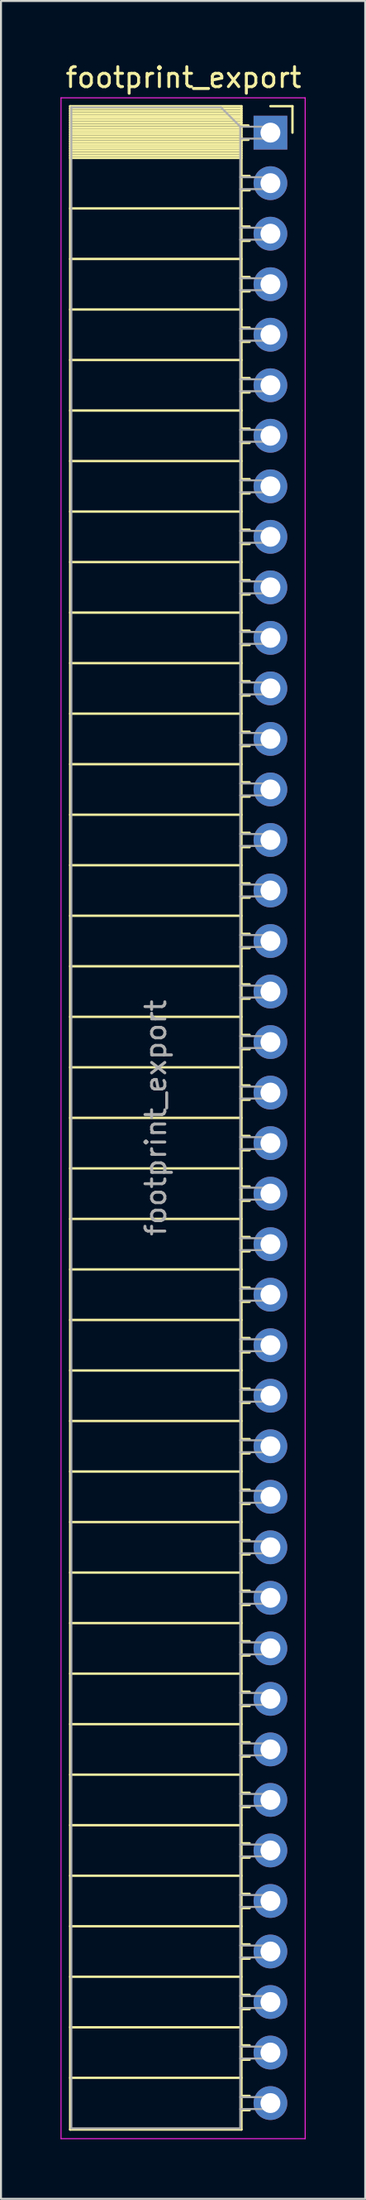
<source format=kicad_pcb>
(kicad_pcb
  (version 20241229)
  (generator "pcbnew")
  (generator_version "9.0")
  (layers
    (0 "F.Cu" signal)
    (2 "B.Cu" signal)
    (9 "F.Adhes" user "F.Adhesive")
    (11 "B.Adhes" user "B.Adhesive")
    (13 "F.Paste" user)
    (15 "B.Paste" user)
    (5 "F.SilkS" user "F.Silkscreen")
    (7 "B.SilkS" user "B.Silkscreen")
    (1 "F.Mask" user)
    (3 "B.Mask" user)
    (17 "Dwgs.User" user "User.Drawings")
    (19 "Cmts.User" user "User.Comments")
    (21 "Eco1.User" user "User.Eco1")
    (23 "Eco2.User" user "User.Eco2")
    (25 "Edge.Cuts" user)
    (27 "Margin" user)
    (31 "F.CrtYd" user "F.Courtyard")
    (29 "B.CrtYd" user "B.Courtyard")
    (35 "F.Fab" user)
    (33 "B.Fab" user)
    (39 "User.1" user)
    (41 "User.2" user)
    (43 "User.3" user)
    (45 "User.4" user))
  (footprint "footprint_export"
    (layer "F.Cu")
    (at 10.575 3.618)
    (property "Reference" "footprint_export" (at -4.38 -2.77 0) (layer "F.SilkS") (effects (font (size 1 1) (thickness 0.15))))
    (attr through_hole)
    (fp_line (start -10.09 -1.33) (end -10.09 100.39) (stroke (width 0.12) (type solid)) (layer "F.SilkS"))
    (fp_line (start -10.09 -1.33) (end -1.46 -1.33) (stroke (width 0.12) (type solid)) (layer "F.SilkS"))
    (fp_line (start -10.09 -1.21) (end -1.46 -1.21) (stroke (width 0.12) (type solid)) (layer "F.SilkS"))
    (fp_line (start -10.09 -1.092) (end -1.46 -1.092) (stroke (width 0.12) (type solid)) (layer "F.SilkS"))
    (fp_line (start -10.09 -0.974) (end -1.46 -0.974) (stroke (width 0.12) (type solid)) (layer "F.SilkS"))
    (fp_line (start -10.09 -0.856) (end -1.46 -0.856) (stroke (width 0.12) (type solid)) (layer "F.SilkS"))
    (fp_line (start -10.09 -0.738) (end -1.46 -0.738) (stroke (width 0.12) (type solid)) (layer "F.SilkS"))
    (fp_line (start -10.09 -0.62) (end -1.46 -0.62) (stroke (width 0.12) (type solid)) (layer "F.SilkS"))
    (fp_line (start -10.09 -0.501) (end -1.46 -0.501) (stroke (width 0.12) (type solid)) (layer "F.SilkS"))
    (fp_line (start -10.09 -0.383) (end -1.46 -0.383) (stroke (width 0.12) (type solid)) (layer "F.SilkS"))
    (fp_line (start -10.09 -0.265) (end -1.46 -0.265) (stroke (width 0.12) (type solid)) (layer "F.SilkS"))
    (fp_line (start -10.09 -0.147) (end -1.46 -0.147) (stroke (width 0.12) (type solid)) (layer "F.SilkS"))
    (fp_line (start -10.09 -0.029) (end -1.46 -0.029) (stroke (width 0.12) (type solid)) (layer "F.SilkS"))
    (fp_line (start -10.09 0.089) (end -1.46 0.089) (stroke (width 0.12) (type solid)) (layer "F.SilkS"))
    (fp_line (start -10.09 0.207) (end -1.46 0.207) (stroke (width 0.12) (type solid)) (layer "F.SilkS"))
    (fp_line (start -10.09 0.325) (end -1.46 0.325) (stroke (width 0.12) (type solid)) (layer "F.SilkS"))
    (fp_line (start -10.09 0.443) (end -1.46 0.443) (stroke (width 0.12) (type solid)) (layer "F.SilkS"))
    (fp_line (start -10.09 0.561) (end -1.46 0.561) (stroke (width 0.12) (type solid)) (layer "F.SilkS"))
    (fp_line (start -10.09 0.68) (end -1.46 0.68) (stroke (width 0.12) (type solid)) (layer "F.SilkS"))
    (fp_line (start -10.09 0.798) (end -1.46 0.798) (stroke (width 0.12) (type solid)) (layer "F.SilkS"))
    (fp_line (start -10.09 0.916) (end -1.46 0.916) (stroke (width 0.12) (type solid)) (layer "F.SilkS"))
    (fp_line (start -10.09 1.034) (end -1.46 1.034) (stroke (width 0.12) (type solid)) (layer "F.SilkS"))
    (fp_line (start -10.09 1.152) (end -1.46 1.152) (stroke (width 0.12) (type solid)) (layer "F.SilkS"))
    (fp_line (start -10.09 1.27) (end -1.46 1.27) (stroke (width 0.12) (type solid)) (layer "F.SilkS"))
    (fp_line (start -10.09 3.81) (end -1.46 3.81) (stroke (width 0.12) (type solid)) (layer "F.SilkS"))
    (fp_line (start -10.09 6.35) (end -1.46 6.35) (stroke (width 0.12) (type solid)) (layer "F.SilkS"))
    (fp_line (start -10.09 8.89) (end -1.46 8.89) (stroke (width 0.12) (type solid)) (layer "F.SilkS"))
    (fp_line (start -10.09 11.43) (end -1.46 11.43) (stroke (width 0.12) (type solid)) (layer "F.SilkS"))
    (fp_line (start -10.09 13.97) (end -1.46 13.97) (stroke (width 0.12) (type solid)) (layer "F.SilkS"))
    (fp_line (start -10.09 16.51) (end -1.46 16.51) (stroke (width 0.12) (type solid)) (layer "F.SilkS"))
    (fp_line (start -10.09 19.05) (end -1.46 19.05) (stroke (width 0.12) (type solid)) (layer "F.SilkS"))
    (fp_line (start -10.09 21.59) (end -1.46 21.59) (stroke (width 0.12) (type solid)) (layer "F.SilkS"))
    (fp_line (start -10.09 24.13) (end -1.46 24.13) (stroke (width 0.12) (type solid)) (layer "F.SilkS"))
    (fp_line (start -10.09 26.67) (end -1.46 26.67) (stroke (width 0.12) (type solid)) (layer "F.SilkS"))
    (fp_line (start -10.09 29.21) (end -1.46 29.21) (stroke (width 0.12) (type solid)) (layer "F.SilkS"))
    (fp_line (start -10.09 31.75) (end -1.46 31.75) (stroke (width 0.12) (type solid)) (layer "F.SilkS"))
    (fp_line (start -10.09 34.29) (end -1.46 34.29) (stroke (width 0.12) (type solid)) (layer "F.SilkS"))
    (fp_line (start -10.09 36.83) (end -1.46 36.83) (stroke (width 0.12) (type solid)) (layer "F.SilkS"))
    (fp_line (start -10.09 39.37) (end -1.46 39.37) (stroke (width 0.12) (type solid)) (layer "F.SilkS"))
    (fp_line (start -10.09 41.91) (end -1.46 41.91) (stroke (width 0.12) (type solid)) (layer "F.SilkS"))
    (fp_line (start -10.09 44.45) (end -1.46 44.45) (stroke (width 0.12) (type solid)) (layer "F.SilkS"))
    (fp_line (start -10.09 46.99) (end -1.46 46.99) (stroke (width 0.12) (type solid)) (layer "F.SilkS"))
    (fp_line (start -10.09 49.53) (end -1.46 49.53) (stroke (width 0.12) (type solid)) (layer "F.SilkS"))
    (fp_line (start -10.09 52.07) (end -1.46 52.07) (stroke (width 0.12) (type solid)) (layer "F.SilkS"))
    (fp_line (start -10.09 54.61) (end -1.46 54.61) (stroke (width 0.12) (type solid)) (layer "F.SilkS"))
    (fp_line (start -10.09 57.15) (end -1.46 57.15) (stroke (width 0.12) (type solid)) (layer "F.SilkS"))
    (fp_line (start -10.09 59.69) (end -1.46 59.69) (stroke (width 0.12) (type solid)) (layer "F.SilkS"))
    (fp_line (start -10.09 62.23) (end -1.46 62.23) (stroke (width 0.12) (type solid)) (layer "F.SilkS"))
    (fp_line (start -10.09 64.77) (end -1.46 64.77) (stroke (width 0.12) (type solid)) (layer "F.SilkS"))
    (fp_line (start -10.09 67.31) (end -1.46 67.31) (stroke (width 0.12) (type solid)) (layer "F.SilkS"))
    (fp_line (start -10.09 69.85) (end -1.46 69.85) (stroke (width 0.12) (type solid)) (layer "F.SilkS"))
    (fp_line (start -10.09 72.39) (end -1.46 72.39) (stroke (width 0.12) (type solid)) (layer "F.SilkS"))
    (fp_line (start -10.09 74.93) (end -1.46 74.93) (stroke (width 0.12) (type solid)) (layer "F.SilkS"))
    (fp_line (start -10.09 77.47) (end -1.46 77.47) (stroke (width 0.12) (type solid)) (layer "F.SilkS"))
    (fp_line (start -10.09 80.01) (end -1.46 80.01) (stroke (width 0.12) (type solid)) (layer "F.SilkS"))
    (fp_line (start -10.09 82.55) (end -1.46 82.55) (stroke (width 0.12) (type solid)) (layer "F.SilkS"))
    (fp_line (start -10.09 85.09) (end -1.46 85.09) (stroke (width 0.12) (type solid)) (layer "F.SilkS"))
    (fp_line (start -10.09 87.63) (end -1.46 87.63) (stroke (width 0.12) (type solid)) (layer "F.SilkS"))
    (fp_line (start -10.09 90.17) (end -1.46 90.17) (stroke (width 0.12) (type solid)) (layer "F.SilkS"))
    (fp_line (start -10.09 92.71) (end -1.46 92.71) (stroke (width 0.12) (type solid)) (layer "F.SilkS"))
    (fp_line (start -10.09 95.25) (end -1.46 95.25) (stroke (width 0.12) (type solid)) (layer "F.SilkS"))
    (fp_line (start -10.09 97.79) (end -1.46 97.79) (stroke (width 0.12) (type solid)) (layer "F.SilkS"))
    (fp_line (start -10.09 100.39) (end -1.46 100.39) (stroke (width 0.12) (type solid)) (layer "F.SilkS"))
    (fp_line (start -1.46 -1.33) (end -1.46 100.39) (stroke (width 0.12) (type solid)) (layer "F.SilkS"))
    (fp_line (start -1.46 -0.36) (end -1.11 -0.36) (stroke (width 0.12) (type solid)) (layer "F.SilkS"))
    (fp_line (start -1.46 0.36) (end -1.11 0.36) (stroke (width 0.12) (type solid)) (layer "F.SilkS"))
    (fp_line (start -1.46 2.18) (end -1.05 2.18) (stroke (width 0.12) (type solid)) (layer "F.SilkS"))
    (fp_line (start -1.46 2.9) (end -1.05 2.9) (stroke (width 0.12) (type solid)) (layer "F.SilkS"))
    (fp_line (start -1.46 4.72) (end -1.05 4.72) (stroke (width 0.12) (type solid)) (layer "F.SilkS"))
    (fp_line (start -1.46 5.44) (end -1.05 5.44) (stroke (width 0.12) (type solid)) (layer "F.SilkS"))
    (fp_line (start -1.46 7.26) (end -1.05 7.26) (stroke (width 0.12) (type solid)) (layer "F.SilkS"))
    (fp_line (start -1.46 7.98) (end -1.05 7.98) (stroke (width 0.12) (type solid)) (layer "F.SilkS"))
    (fp_line (start -1.46 9.8) (end -1.05 9.8) (stroke (width 0.12) (type solid)) (layer "F.SilkS"))
    (fp_line (start -1.46 10.52) (end -1.05 10.52) (stroke (width 0.12) (type solid)) (layer "F.SilkS"))
    (fp_line (start -1.46 12.34) (end -1.05 12.34) (stroke (width 0.12) (type solid)) (layer "F.SilkS"))
    (fp_line (start -1.46 13.06) (end -1.05 13.06) (stroke (width 0.12) (type solid)) (layer "F.SilkS"))
    (fp_line (start -1.46 14.88) (end -1.05 14.88) (stroke (width 0.12) (type solid)) (layer "F.SilkS"))
    (fp_line (start -1.46 15.6) (end -1.05 15.6) (stroke (width 0.12) (type solid)) (layer "F.SilkS"))
    (fp_line (start -1.46 17.42) (end -1.05 17.42) (stroke (width 0.12) (type solid)) (layer "F.SilkS"))
    (fp_line (start -1.46 18.14) (end -1.05 18.14) (stroke (width 0.12) (type solid)) (layer "F.SilkS"))
    (fp_line (start -1.46 19.96) (end -1.05 19.96) (stroke (width 0.12) (type solid)) (layer "F.SilkS"))
    (fp_line (start -1.46 20.68) (end -1.05 20.68) (stroke (width 0.12) (type solid)) (layer "F.SilkS"))
    (fp_line (start -1.46 22.5) (end -1.05 22.5) (stroke (width 0.12) (type solid)) (layer "F.SilkS"))
    (fp_line (start -1.46 23.22) (end -1.05 23.22) (stroke (width 0.12) (type solid)) (layer "F.SilkS"))
    (fp_line (start -1.46 25.04) (end -1.05 25.04) (stroke (width 0.12) (type solid)) (layer "F.SilkS"))
    (fp_line (start -1.46 25.76) (end -1.05 25.76) (stroke (width 0.12) (type solid)) (layer "F.SilkS"))
    (fp_line (start -1.46 27.58) (end -1.05 27.58) (stroke (width 0.12) (type solid)) (layer "F.SilkS"))
    (fp_line (start -1.46 28.3) (end -1.05 28.3) (stroke (width 0.12) (type solid)) (layer "F.SilkS"))
    (fp_line (start -1.46 30.12) (end -1.05 30.12) (stroke (width 0.12) (type solid)) (layer "F.SilkS"))
    (fp_line (start -1.46 30.84) (end -1.05 30.84) (stroke (width 0.12) (type solid)) (layer "F.SilkS"))
    (fp_line (start -1.46 32.66) (end -1.05 32.66) (stroke (width 0.12) (type solid)) (layer "F.SilkS"))
    (fp_line (start -1.46 33.38) (end -1.05 33.38) (stroke (width 0.12) (type solid)) (layer "F.SilkS"))
    (fp_line (start -1.46 35.2) (end -1.05 35.2) (stroke (width 0.12) (type solid)) (layer "F.SilkS"))
    (fp_line (start -1.46 35.92) (end -1.05 35.92) (stroke (width 0.12) (type solid)) (layer "F.SilkS"))
    (fp_line (start -1.46 37.74) (end -1.05 37.74) (stroke (width 0.12) (type solid)) (layer "F.SilkS"))
    (fp_line (start -1.46 38.46) (end -1.05 38.46) (stroke (width 0.12) (type solid)) (layer "F.SilkS"))
    (fp_line (start -1.46 40.28) (end -1.05 40.28) (stroke (width 0.12) (type solid)) (layer "F.SilkS"))
    (fp_line (start -1.46 41) (end -1.05 41) (stroke (width 0.12) (type solid)) (layer "F.SilkS"))
    (fp_line (start -1.46 42.82) (end -1.05 42.82) (stroke (width 0.12) (type solid)) (layer "F.SilkS"))
    (fp_line (start -1.46 43.54) (end -1.05 43.54) (stroke (width 0.12) (type solid)) (layer "F.SilkS"))
    (fp_line (start -1.46 45.36) (end -1.05 45.36) (stroke (width 0.12) (type solid)) (layer "F.SilkS"))
    (fp_line (start -1.46 46.08) (end -1.05 46.08) (stroke (width 0.12) (type solid)) (layer "F.SilkS"))
    (fp_line (start -1.46 47.9) (end -1.05 47.9) (stroke (width 0.12) (type solid)) (layer "F.SilkS"))
    (fp_line (start -1.46 48.62) (end -1.05 48.62) (stroke (width 0.12) (type solid)) (layer "F.SilkS"))
    (fp_line (start -1.46 50.44) (end -1.05 50.44) (stroke (width 0.12) (type solid)) (layer "F.SilkS"))
    (fp_line (start -1.46 51.16) (end -1.05 51.16) (stroke (width 0.12) (type solid)) (layer "F.SilkS"))
    (fp_line (start -1.46 52.98) (end -1.05 52.98) (stroke (width 0.12) (type solid)) (layer "F.SilkS"))
    (fp_line (start -1.46 53.7) (end -1.05 53.7) (stroke (width 0.12) (type solid)) (layer "F.SilkS"))
    (fp_line (start -1.46 55.52) (end -1.05 55.52) (stroke (width 0.12) (type solid)) (layer "F.SilkS"))
    (fp_line (start -1.46 56.24) (end -1.05 56.24) (stroke (width 0.12) (type solid)) (layer "F.SilkS"))
    (fp_line (start -1.46 58.06) (end -1.05 58.06) (stroke (width 0.12) (type solid)) (layer "F.SilkS"))
    (fp_line (start -1.46 58.78) (end -1.05 58.78) (stroke (width 0.12) (type solid)) (layer "F.SilkS"))
    (fp_line (start -1.46 60.6) (end -1.05 60.6) (stroke (width 0.12) (type solid)) (layer "F.SilkS"))
    (fp_line (start -1.46 61.32) (end -1.05 61.32) (stroke (width 0.12) (type solid)) (layer "F.SilkS"))
    (fp_line (start -1.46 63.14) (end -1.05 63.14) (stroke (width 0.12) (type solid)) (layer "F.SilkS"))
    (fp_line (start -1.46 63.86) (end -1.05 63.86) (stroke (width 0.12) (type solid)) (layer "F.SilkS"))
    (fp_line (start -1.46 65.68) (end -1.05 65.68) (stroke (width 0.12) (type solid)) (layer "F.SilkS"))
    (fp_line (start -1.46 66.4) (end -1.05 66.4) (stroke (width 0.12) (type solid)) (layer "F.SilkS"))
    (fp_line (start -1.46 68.22) (end -1.05 68.22) (stroke (width 0.12) (type solid)) (layer "F.SilkS"))
    (fp_line (start -1.46 68.94) (end -1.05 68.94) (stroke (width 0.12) (type solid)) (layer "F.SilkS"))
    (fp_line (start -1.46 70.76) (end -1.05 70.76) (stroke (width 0.12) (type solid)) (layer "F.SilkS"))
    (fp_line (start -1.46 71.48) (end -1.05 71.48) (stroke (width 0.12) (type solid)) (layer "F.SilkS"))
    (fp_line (start -1.46 73.3) (end -1.05 73.3) (stroke (width 0.12) (type solid)) (layer "F.SilkS"))
    (fp_line (start -1.46 74.02) (end -1.05 74.02) (stroke (width 0.12) (type solid)) (layer "F.SilkS"))
    (fp_line (start -1.46 75.84) (end -1.05 75.84) (stroke (width 0.12) (type solid)) (layer "F.SilkS"))
    (fp_line (start -1.46 76.56) (end -1.05 76.56) (stroke (width 0.12) (type solid)) (layer "F.SilkS"))
    (fp_line (start -1.46 78.38) (end -1.05 78.38) (stroke (width 0.12) (type solid)) (layer "F.SilkS"))
    (fp_line (start -1.46 79.1) (end -1.05 79.1) (stroke (width 0.12) (type solid)) (layer "F.SilkS"))
    (fp_line (start -1.46 80.92) (end -1.05 80.92) (stroke (width 0.12) (type solid)) (layer "F.SilkS"))
    (fp_line (start -1.46 81.64) (end -1.05 81.64) (stroke (width 0.12) (type solid)) (layer "F.SilkS"))
    (fp_line (start -1.46 83.46) (end -1.05 83.46) (stroke (width 0.12) (type solid)) (layer "F.SilkS"))
    (fp_line (start -1.46 84.18) (end -1.05 84.18) (stroke (width 0.12) (type solid)) (layer "F.SilkS"))
    (fp_line (start -1.46 86) (end -1.05 86) (stroke (width 0.12) (type solid)) (layer "F.SilkS"))
    (fp_line (start -1.46 86.72) (end -1.05 86.72) (stroke (width 0.12) (type solid)) (layer "F.SilkS"))
    (fp_line (start -1.46 88.54) (end -1.05 88.54) (stroke (width 0.12) (type solid)) (layer "F.SilkS"))
    (fp_line (start -1.46 89.26) (end -1.05 89.26) (stroke (width 0.12) (type solid)) (layer "F.SilkS"))
    (fp_line (start -1.46 91.08) (end -1.05 91.08) (stroke (width 0.12) (type solid)) (layer "F.SilkS"))
    (fp_line (start -1.46 91.8) (end -1.05 91.8) (stroke (width 0.12) (type solid)) (layer "F.SilkS"))
    (fp_line (start -1.46 93.62) (end -1.05 93.62) (stroke (width 0.12) (type solid)) (layer "F.SilkS"))
    (fp_line (start -1.46 94.34) (end -1.05 94.34) (stroke (width 0.12) (type solid)) (layer "F.SilkS"))
    (fp_line (start -1.46 96.16) (end -1.05 96.16) (stroke (width 0.12) (type solid)) (layer "F.SilkS"))
    (fp_line (start -1.46 96.88) (end -1.05 96.88) (stroke (width 0.12) (type solid)) (layer "F.SilkS"))
    (fp_line (start -1.46 98.7) (end -1.05 98.7) (stroke (width 0.12) (type solid)) (layer "F.SilkS"))
    (fp_line (start -1.46 99.42) (end -1.05 99.42) (stroke (width 0.12) (type solid)) (layer "F.SilkS"))
    (fp_line (start 0 -1.33) (end 1.11 -1.33) (stroke (width 0.12) (type solid)) (layer "F.SilkS"))
    (fp_line (start 1.11 -1.33) (end 1.11 0) (stroke (width 0.12) (type solid)) (layer "F.SilkS"))
    (fp_line (start -10.55 -1.75) (end -10.55 100.85) (stroke (width 0.05) (type solid)) (layer "F.CrtYd"))
    (fp_line (start -10.55 100.85) (end 1.75 100.85) (stroke (width 0.05) (type solid)) (layer "F.CrtYd"))
    (fp_line (start 1.75 -1.75) (end -10.55 -1.75) (stroke (width 0.05) (type solid)) (layer "F.CrtYd"))
    (fp_line (start 1.75 100.85) (end 1.75 -1.75) (stroke (width 0.05) (type solid)) (layer "F.CrtYd"))
    (fp_line (start -10.03 -1.27) (end -2.49 -1.27) (stroke (width 0.1) (type solid)) (layer "F.Fab"))
    (fp_line (start -10.03 100.33) (end -10.03 -1.27) (stroke (width 0.1) (type solid)) (layer "F.Fab"))
    (fp_line (start -2.49 -1.27) (end -1.52 -0.3) (stroke (width 0.1) (type solid)) (layer "F.Fab"))
    (fp_line (start -1.52 -0.3) (end -1.52 100.33) (stroke (width 0.1) (type solid)) (layer "F.Fab"))
    (fp_line (start -1.52 0.3) (end 0 0.3) (stroke (width 0.1) (type solid)) (layer "F.Fab"))
    (fp_line (start -1.52 2.84) (end 0 2.84) (stroke (width 0.1) (type solid)) (layer "F.Fab"))
    (fp_line (start -1.52 5.38) (end 0 5.38) (stroke (width 0.1) (type solid)) (layer "F.Fab"))
    (fp_line (start -1.52 7.92) (end 0 7.92) (stroke (width 0.1) (type solid)) (layer "F.Fab"))
    (fp_line (start -1.52 10.46) (end 0 10.46) (stroke (width 0.1) (type solid)) (layer "F.Fab"))
    (fp_line (start -1.52 13) (end 0 13) (stroke (width 0.1) (type solid)) (layer "F.Fab"))
    (fp_line (start -1.52 15.54) (end 0 15.54) (stroke (width 0.1) (type solid)) (layer "F.Fab"))
    (fp_line (start -1.52 18.08) (end 0 18.08) (stroke (width 0.1) (type solid)) (layer "F.Fab"))
    (fp_line (start -1.52 20.62) (end 0 20.62) (stroke (width 0.1) (type solid)) (layer "F.Fab"))
    (fp_line (start -1.52 23.16) (end 0 23.16) (stroke (width 0.1) (type solid)) (layer "F.Fab"))
    (fp_line (start -1.52 25.7) (end 0 25.7) (stroke (width 0.1) (type solid)) (layer "F.Fab"))
    (fp_line (start -1.52 28.24) (end 0 28.24) (stroke (width 0.1) (type solid)) (layer "F.Fab"))
    (fp_line (start -1.52 30.78) (end 0 30.78) (stroke (width 0.1) (type solid)) (layer "F.Fab"))
    (fp_line (start -1.52 33.32) (end 0 33.32) (stroke (width 0.1) (type solid)) (layer "F.Fab"))
    (fp_line (start -1.52 35.86) (end 0 35.86) (stroke (width 0.1) (type solid)) (layer "F.Fab"))
    (fp_line (start -1.52 38.4) (end 0 38.4) (stroke (width 0.1) (type solid)) (layer "F.Fab"))
    (fp_line (start -1.52 40.94) (end 0 40.94) (stroke (width 0.1) (type solid)) (layer "F.Fab"))
    (fp_line (start -1.52 43.48) (end 0 43.48) (stroke (width 0.1) (type solid)) (layer "F.Fab"))
    (fp_line (start -1.52 46.02) (end 0 46.02) (stroke (width 0.1) (type solid)) (layer "F.Fab"))
    (fp_line (start -1.52 48.56) (end 0 48.56) (stroke (width 0.1) (type solid)) (layer "F.Fab"))
    (fp_line (start -1.52 51.1) (end 0 51.1) (stroke (width 0.1) (type solid)) (layer "F.Fab"))
    (fp_line (start -1.52 53.64) (end 0 53.64) (stroke (width 0.1) (type solid)) (layer "F.Fab"))
    (fp_line (start -1.52 56.18) (end 0 56.18) (stroke (width 0.1) (type solid)) (layer "F.Fab"))
    (fp_line (start -1.52 58.72) (end 0 58.72) (stroke (width 0.1) (type solid)) (layer "F.Fab"))
    (fp_line (start -1.52 61.26) (end 0 61.26) (stroke (width 0.1) (type solid)) (layer "F.Fab"))
    (fp_line (start -1.52 63.8) (end 0 63.8) (stroke (width 0.1) (type solid)) (layer "F.Fab"))
    (fp_line (start -1.52 66.34) (end 0 66.34) (stroke (width 0.1) (type solid)) (layer "F.Fab"))
    (fp_line (start -1.52 68.88) (end 0 68.88) (stroke (width 0.1) (type solid)) (layer "F.Fab"))
    (fp_line (start -1.52 71.42) (end 0 71.42) (stroke (width 0.1) (type solid)) (layer "F.Fab"))
    (fp_line (start -1.52 73.96) (end 0 73.96) (stroke (width 0.1) (type solid)) (layer "F.Fab"))
    (fp_line (start -1.52 76.5) (end 0 76.5) (stroke (width 0.1) (type solid)) (layer "F.Fab"))
    (fp_line (start -1.52 79.04) (end 0 79.04) (stroke (width 0.1) (type solid)) (layer "F.Fab"))
    (fp_line (start -1.52 81.58) (end 0 81.58) (stroke (width 0.1) (type solid)) (layer "F.Fab"))
    (fp_line (start -1.52 84.12) (end 0 84.12) (stroke (width 0.1) (type solid)) (layer "F.Fab"))
    (fp_line (start -1.52 86.66) (end 0 86.66) (stroke (width 0.1) (type solid)) (layer "F.Fab"))
    (fp_line (start -1.52 89.2) (end 0 89.2) (stroke (width 0.1) (type solid)) (layer "F.Fab"))
    (fp_line (start -1.52 91.74) (end 0 91.74) (stroke (width 0.1) (type solid)) (layer "F.Fab"))
    (fp_line (start -1.52 94.28) (end 0 94.28) (stroke (width 0.1) (type solid)) (layer "F.Fab"))
    (fp_line (start -1.52 96.82) (end 0 96.82) (stroke (width 0.1) (type solid)) (layer "F.Fab"))
    (fp_line (start -1.52 99.36) (end 0 99.36) (stroke (width 0.1) (type solid)) (layer "F.Fab"))
    (fp_line (start -1.52 100.33) (end -10.03 100.33) (stroke (width 0.1) (type solid)) (layer "F.Fab"))
    (fp_line (start 0 -0.3) (end -1.52 -0.3) (stroke (width 0.1) (type solid)) (layer "F.Fab"))
    (fp_line (start 0 0.3) (end 0 -0.3) (stroke (width 0.1) (type solid)) (layer "F.Fab"))
    (fp_line (start 0 2.24) (end -1.52 2.24) (stroke (width 0.1) (type solid)) (layer "F.Fab"))
    (fp_line (start 0 2.84) (end 0 2.24) (stroke (width 0.1) (type solid)) (layer "F.Fab"))
    (fp_line (start 0 4.78) (end -1.52 4.78) (stroke (width 0.1) (type solid)) (layer "F.Fab"))
    (fp_line (start 0 5.38) (end 0 4.78) (stroke (width 0.1) (type solid)) (layer "F.Fab"))
    (fp_line (start 0 7.32) (end -1.52 7.32) (stroke (width 0.1) (type solid)) (layer "F.Fab"))
    (fp_line (start 0 7.92) (end 0 7.32) (stroke (width 0.1) (type solid)) (layer "F.Fab"))
    (fp_line (start 0 9.86) (end -1.52 9.86) (stroke (width 0.1) (type solid)) (layer "F.Fab"))
    (fp_line (start 0 10.46) (end 0 9.86) (stroke (width 0.1) (type solid)) (layer "F.Fab"))
    (fp_line (start 0 12.4) (end -1.52 12.4) (stroke (width 0.1) (type solid)) (layer "F.Fab"))
    (fp_line (start 0 13) (end 0 12.4) (stroke (width 0.1) (type solid)) (layer "F.Fab"))
    (fp_line (start 0 14.94) (end -1.52 14.94) (stroke (width 0.1) (type solid)) (layer "F.Fab"))
    (fp_line (start 0 15.54) (end 0 14.94) (stroke (width 0.1) (type solid)) (layer "F.Fab"))
    (fp_line (start 0 17.48) (end -1.52 17.48) (stroke (width 0.1) (type solid)) (layer "F.Fab"))
    (fp_line (start 0 18.08) (end 0 17.48) (stroke (width 0.1) (type solid)) (layer "F.Fab"))
    (fp_line (start 0 20.02) (end -1.52 20.02) (stroke (width 0.1) (type solid)) (layer "F.Fab"))
    (fp_line (start 0 20.62) (end 0 20.02) (stroke (width 0.1) (type solid)) (layer "F.Fab"))
    (fp_line (start 0 22.56) (end -1.52 22.56) (stroke (width 0.1) (type solid)) (layer "F.Fab"))
    (fp_line (start 0 23.16) (end 0 22.56) (stroke (width 0.1) (type solid)) (layer "F.Fab"))
    (fp_line (start 0 25.1) (end -1.52 25.1) (stroke (width 0.1) (type solid)) (layer "F.Fab"))
    (fp_line (start 0 25.7) (end 0 25.1) (stroke (width 0.1) (type solid)) (layer "F.Fab"))
    (fp_line (start 0 27.64) (end -1.52 27.64) (stroke (width 0.1) (type solid)) (layer "F.Fab"))
    (fp_line (start 0 28.24) (end 0 27.64) (stroke (width 0.1) (type solid)) (layer "F.Fab"))
    (fp_line (start 0 30.18) (end -1.52 30.18) (stroke (width 0.1) (type solid)) (layer "F.Fab"))
    (fp_line (start 0 30.78) (end 0 30.18) (stroke (width 0.1) (type solid)) (layer "F.Fab"))
    (fp_line (start 0 32.72) (end -1.52 32.72) (stroke (width 0.1) (type solid)) (layer "F.Fab"))
    (fp_line (start 0 33.32) (end 0 32.72) (stroke (width 0.1) (type solid)) (layer "F.Fab"))
    (fp_line (start 0 35.26) (end -1.52 35.26) (stroke (width 0.1) (type solid)) (layer "F.Fab"))
    (fp_line (start 0 35.86) (end 0 35.26) (stroke (width 0.1) (type solid)) (layer "F.Fab"))
    (fp_line (start 0 37.8) (end -1.52 37.8) (stroke (width 0.1) (type solid)) (layer "F.Fab"))
    (fp_line (start 0 38.4) (end 0 37.8) (stroke (width 0.1) (type solid)) (layer "F.Fab"))
    (fp_line (start 0 40.34) (end -1.52 40.34) (stroke (width 0.1) (type solid)) (layer "F.Fab"))
    (fp_line (start 0 40.94) (end 0 40.34) (stroke (width 0.1) (type solid)) (layer "F.Fab"))
    (fp_line (start 0 42.88) (end -1.52 42.88) (stroke (width 0.1) (type solid)) (layer "F.Fab"))
    (fp_line (start 0 43.48) (end 0 42.88) (stroke (width 0.1) (type solid)) (layer "F.Fab"))
    (fp_line (start 0 45.42) (end -1.52 45.42) (stroke (width 0.1) (type solid)) (layer "F.Fab"))
    (fp_line (start 0 46.02) (end 0 45.42) (stroke (width 0.1) (type solid)) (layer "F.Fab"))
    (fp_line (start 0 47.96) (end -1.52 47.96) (stroke (width 0.1) (type solid)) (layer "F.Fab"))
    (fp_line (start 0 48.56) (end 0 47.96) (stroke (width 0.1) (type solid)) (layer "F.Fab"))
    (fp_line (start 0 50.5) (end -1.52 50.5) (stroke (width 0.1) (type solid)) (layer "F.Fab"))
    (fp_line (start 0 51.1) (end 0 50.5) (stroke (width 0.1) (type solid)) (layer "F.Fab"))
    (fp_line (start 0 53.04) (end -1.52 53.04) (stroke (width 0.1) (type solid)) (layer "F.Fab"))
    (fp_line (start 0 53.64) (end 0 53.04) (stroke (width 0.1) (type solid)) (layer "F.Fab"))
    (fp_line (start 0 55.58) (end -1.52 55.58) (stroke (width 0.1) (type solid)) (layer "F.Fab"))
    (fp_line (start 0 56.18) (end 0 55.58) (stroke (width 0.1) (type solid)) (layer "F.Fab"))
    (fp_line (start 0 58.12) (end -1.52 58.12) (stroke (width 0.1) (type solid)) (layer "F.Fab"))
    (fp_line (start 0 58.72) (end 0 58.12) (stroke (width 0.1) (type solid)) (layer "F.Fab"))
    (fp_line (start 0 60.66) (end -1.52 60.66) (stroke (width 0.1) (type solid)) (layer "F.Fab"))
    (fp_line (start 0 61.26) (end 0 60.66) (stroke (width 0.1) (type solid)) (layer "F.Fab"))
    (fp_line (start 0 63.2) (end -1.52 63.2) (stroke (width 0.1) (type solid)) (layer "F.Fab"))
    (fp_line (start 0 63.8) (end 0 63.2) (stroke (width 0.1) (type solid)) (layer "F.Fab"))
    (fp_line (start 0 65.74) (end -1.52 65.74) (stroke (width 0.1) (type solid)) (layer "F.Fab"))
    (fp_line (start 0 66.34) (end 0 65.74) (stroke (width 0.1) (type solid)) (layer "F.Fab"))
    (fp_line (start 0 68.28) (end -1.52 68.28) (stroke (width 0.1) (type solid)) (layer "F.Fab"))
    (fp_line (start 0 68.88) (end 0 68.28) (stroke (width 0.1) (type solid)) (layer "F.Fab"))
    (fp_line (start 0 70.82) (end -1.52 70.82) (stroke (width 0.1) (type solid)) (layer "F.Fab"))
    (fp_line (start 0 71.42) (end 0 70.82) (stroke (width 0.1) (type solid)) (layer "F.Fab"))
    (fp_line (start 0 73.36) (end -1.52 73.36) (stroke (width 0.1) (type solid)) (layer "F.Fab"))
    (fp_line (start 0 73.96) (end 0 73.36) (stroke (width 0.1) (type solid)) (layer "F.Fab"))
    (fp_line (start 0 75.9) (end -1.52 75.9) (stroke (width 0.1) (type solid)) (layer "F.Fab"))
    (fp_line (start 0 76.5) (end 0 75.9) (stroke (width 0.1) (type solid)) (layer "F.Fab"))
    (fp_line (start 0 78.44) (end -1.52 78.44) (stroke (width 0.1) (type solid)) (layer "F.Fab"))
    (fp_line (start 0 79.04) (end 0 78.44) (stroke (width 0.1) (type solid)) (layer "F.Fab"))
    (fp_line (start 0 80.98) (end -1.52 80.98) (stroke (width 0.1) (type solid)) (layer "F.Fab"))
    (fp_line (start 0 81.58) (end 0 80.98) (stroke (width 0.1) (type solid)) (layer "F.Fab"))
    (fp_line (start 0 83.52) (end -1.52 83.52) (stroke (width 0.1) (type solid)) (layer "F.Fab"))
    (fp_line (start 0 84.12) (end 0 83.52) (stroke (width 0.1) (type solid)) (layer "F.Fab"))
    (fp_line (start 0 86.06) (end -1.52 86.06) (stroke (width 0.1) (type solid)) (layer "F.Fab"))
    (fp_line (start 0 86.66) (end 0 86.06) (stroke (width 0.1) (type solid)) (layer "F.Fab"))
    (fp_line (start 0 88.6) (end -1.52 88.6) (stroke (width 0.1) (type solid)) (layer "F.Fab"))
    (fp_line (start 0 89.2) (end 0 88.6) (stroke (width 0.1) (type solid)) (layer "F.Fab"))
    (fp_line (start 0 91.14) (end -1.52 91.14) (stroke (width 0.1) (type solid)) (layer "F.Fab"))
    (fp_line (start 0 91.74) (end 0 91.14) (stroke (width 0.1) (type solid)) (layer "F.Fab"))
    (fp_line (start 0 93.68) (end -1.52 93.68) (stroke (width 0.1) (type solid)) (layer "F.Fab"))
    (fp_line (start 0 94.28) (end 0 93.68) (stroke (width 0.1) (type solid)) (layer "F.Fab"))
    (fp_line (start 0 96.22) (end -1.52 96.22) (stroke (width 0.1) (type solid)) (layer "F.Fab"))
    (fp_line (start 0 96.82) (end 0 96.22) (stroke (width 0.1) (type solid)) (layer "F.Fab"))
    (fp_line (start 0 98.76) (end -1.52 98.76) (stroke (width 0.1) (type solid)) (layer "F.Fab"))
    (fp_line (start 0 99.36) (end 0 98.76) (stroke (width 0.1) (type solid)) (layer "F.Fab"))
    (fp_text user "${REFERENCE}" (at -5.775 49.53 90) (layer "F.Fab") (effects (font (size 1 1) (thickness 0.15))))
    (pad "1" thru_hole rect (at 0 0) (size 1.7 1.7) (drill 1) (layers "*.Cu" "*.Mask"))
    (pad "2" thru_hole oval (at 0 2.54) (size 1.7 1.7) (drill 1) (layers "*.Cu" "*.Mask"))
    (pad "3" thru_hole oval (at 0 5.08) (size 1.7 1.7) (drill 1) (layers "*.Cu" "*.Mask"))
    (pad "4" thru_hole oval (at 0 7.62) (size 1.7 1.7) (drill 1) (layers "*.Cu" "*.Mask"))
    (pad "5" thru_hole oval (at 0 10.16) (size 1.7 1.7) (drill 1) (layers "*.Cu" "*.Mask"))
    (pad "6" thru_hole oval (at 0 12.7) (size 1.7 1.7) (drill 1) (layers "*.Cu" "*.Mask"))
    (pad "7" thru_hole oval (at 0 15.24) (size 1.7 1.7) (drill 1) (layers "*.Cu" "*.Mask"))
    (pad "8" thru_hole oval (at 0 17.78) (size 1.7 1.7) (drill 1) (layers "*.Cu" "*.Mask"))
    (pad "9" thru_hole oval (at 0 20.32) (size 1.7 1.7) (drill 1) (layers "*.Cu" "*.Mask"))
    (pad "10" thru_hole oval (at 0 22.86) (size 1.7 1.7) (drill 1) (layers "*.Cu" "*.Mask"))
    (pad "11" thru_hole oval (at 0 25.4) (size 1.7 1.7) (drill 1) (layers "*.Cu" "*.Mask"))
    (pad "12" thru_hole oval (at 0 27.94) (size 1.7 1.7) (drill 1) (layers "*.Cu" "*.Mask"))
    (pad "13" thru_hole oval (at 0 30.48) (size 1.7 1.7) (drill 1) (layers "*.Cu" "*.Mask"))
    (pad "14" thru_hole oval (at 0 33.02) (size 1.7 1.7) (drill 1) (layers "*.Cu" "*.Mask"))
    (pad "15" thru_hole oval (at 0 35.56) (size 1.7 1.7) (drill 1) (layers "*.Cu" "*.Mask"))
    (pad "16" thru_hole oval (at 0 38.1) (size 1.7 1.7) (drill 1) (layers "*.Cu" "*.Mask"))
    (pad "17" thru_hole oval (at 0 40.64) (size 1.7 1.7) (drill 1) (layers "*.Cu" "*.Mask"))
    (pad "18" thru_hole oval (at 0 43.18) (size 1.7 1.7) (drill 1) (layers "*.Cu" "*.Mask"))
    (pad "19" thru_hole oval (at 0 45.72) (size 1.7 1.7) (drill 1) (layers "*.Cu" "*.Mask"))
    (pad "20" thru_hole oval (at 0 48.26) (size 1.7 1.7) (drill 1) (layers "*.Cu" "*.Mask"))
    (pad "21" thru_hole oval (at 0 50.8) (size 1.7 1.7) (drill 1) (layers "*.Cu" "*.Mask"))
    (pad "22" thru_hole oval (at 0 53.34) (size 1.7 1.7) (drill 1) (layers "*.Cu" "*.Mask"))
    (pad "23" thru_hole oval (at 0 55.88) (size 1.7 1.7) (drill 1) (layers "*.Cu" "*.Mask"))
    (pad "24" thru_hole oval (at 0 58.42) (size 1.7 1.7) (drill 1) (layers "*.Cu" "*.Mask"))
    (pad "25" thru_hole oval (at 0 60.96) (size 1.7 1.7) (drill 1) (layers "*.Cu" "*.Mask"))
    (pad "26" thru_hole oval (at 0 63.5) (size 1.7 1.7) (drill 1) (layers "*.Cu" "*.Mask"))
    (pad "27" thru_hole oval (at 0 66.04) (size 1.7 1.7) (drill 1) (layers "*.Cu" "*.Mask"))
    (pad "28" thru_hole oval (at 0 68.58) (size 1.7 1.7) (drill 1) (layers "*.Cu" "*.Mask"))
    (pad "29" thru_hole oval (at 0 71.12) (size 1.7 1.7) (drill 1) (layers "*.Cu" "*.Mask"))
    (pad "30" thru_hole oval (at 0 73.66) (size 1.7 1.7) (drill 1) (layers "*.Cu" "*.Mask"))
    (pad "31" thru_hole oval (at 0 76.2) (size 1.7 1.7) (drill 1) (layers "*.Cu" "*.Mask"))
    (pad "32" thru_hole oval (at 0 78.74) (size 1.7 1.7) (drill 1) (layers "*.Cu" "*.Mask"))
    (pad "33" thru_hole oval (at 0 81.28) (size 1.7 1.7) (drill 1) (layers "*.Cu" "*.Mask"))
    (pad "34" thru_hole oval (at 0 83.82) (size 1.7 1.7) (drill 1) (layers "*.Cu" "*.Mask"))
    (pad "35" thru_hole oval (at 0 86.36) (size 1.7 1.7) (drill 1) (layers "*.Cu" "*.Mask"))
    (pad "36" thru_hole oval (at 0 88.9) (size 1.7 1.7) (drill 1) (layers "*.Cu" "*.Mask"))
    (pad "37" thru_hole oval (at 0 91.44) (size 1.7 1.7) (drill 1) (layers "*.Cu" "*.Mask"))
    (pad "38" thru_hole oval (at 0 93.98) (size 1.7 1.7) (drill 1) (layers "*.Cu" "*.Mask"))
    (pad "39" thru_hole oval (at 0 96.52) (size 1.7 1.7) (drill 1) (layers "*.Cu" "*.Mask"))
    (pad "40" thru_hole oval (at 0 99.06) (size 1.7 1.7) (drill 1) (layers "*.Cu" "*.Mask")))
  (gr_rect
    (start -3 -3)
    (end 15.35 107.493)
    (stroke (width 0.1) (type default))
    (fill no)
    (layer "Edge.Cuts")))
</source>
